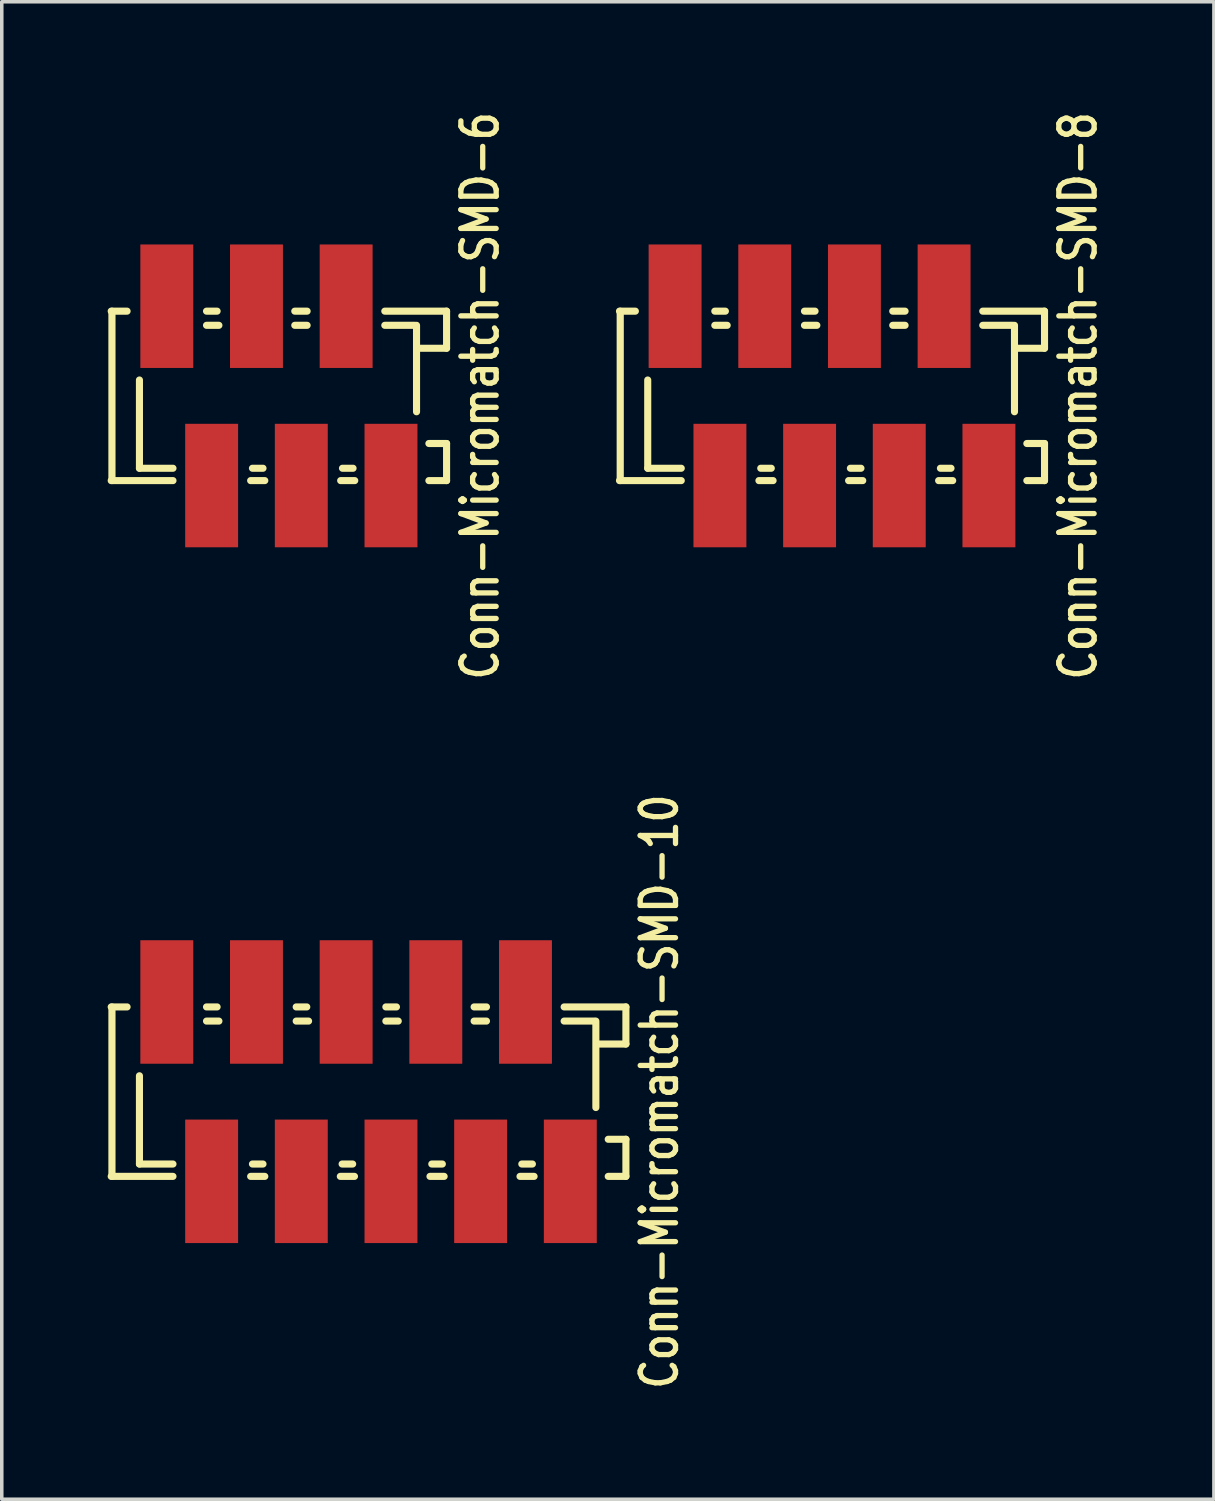
<source format=kicad_pcb>
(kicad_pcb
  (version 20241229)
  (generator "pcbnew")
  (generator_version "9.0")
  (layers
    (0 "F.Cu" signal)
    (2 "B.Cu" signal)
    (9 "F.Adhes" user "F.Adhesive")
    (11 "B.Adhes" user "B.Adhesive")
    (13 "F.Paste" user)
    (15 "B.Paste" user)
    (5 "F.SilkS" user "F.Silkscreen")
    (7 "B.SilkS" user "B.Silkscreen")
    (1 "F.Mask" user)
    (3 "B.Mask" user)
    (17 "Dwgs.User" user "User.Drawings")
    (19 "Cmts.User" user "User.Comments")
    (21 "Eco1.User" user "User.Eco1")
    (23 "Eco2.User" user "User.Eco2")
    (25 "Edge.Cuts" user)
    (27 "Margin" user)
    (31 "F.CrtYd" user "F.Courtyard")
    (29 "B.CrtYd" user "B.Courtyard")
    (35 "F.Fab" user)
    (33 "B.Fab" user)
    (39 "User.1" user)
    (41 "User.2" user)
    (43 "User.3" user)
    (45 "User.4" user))
  (footprint "Conn-Micromatch-SMD-6"
    (layer "F.Cu")
    (at 4.85 8.164)
    (property "Reference" "Conn-Micromatch-SMD-6" (at 5.7 0 90) (layer "F.SilkS") (effects (font (size 1 0.8) (thickness 0.15))))
    (attr smd)
    (fp_line (start -4.75 -2.4) (end -4.3 -2.4) (stroke (width 0.201) (type solid)) (layer "F.SilkS"))
    (fp_line (start -4.75 2.4) (end -3 2.4) (stroke (width 0.201) (type solid)) (layer "F.SilkS"))
    (fp_line (start -4.729 2.398) (end -4.729 -2.398) (stroke (width 0.203) (type solid)) (layer "F.SilkS"))
    (fp_line (start -3.95 2.05) (end -3.95 -0.45) (stroke (width 0.201) (type solid)) (layer "F.SilkS"))
    (fp_line (start -3 2.05) (end -3.95 2.05) (stroke (width 0.201) (type solid)) (layer "F.SilkS"))
    (fp_line (start -2.05 -2.4) (end -1.75 -2.4) (stroke (width 0.201) (type solid)) (layer "F.SilkS"))
    (fp_line (start -1.699 -1.999) (end -2.05 -1.999) (stroke (width 0.201) (type solid)) (layer "F.SilkS"))
    (fp_line (start -0.45 2.05) (end -0.749 2.05) (stroke (width 0.201) (type solid)) (layer "F.SilkS"))
    (fp_line (start -0.399 2.4) (end -0.8 2.4) (stroke (width 0.201) (type solid)) (layer "F.SilkS"))
    (fp_line (start 0.45 -2.4) (end 0.8 -2.4) (stroke (width 0.201) (type solid)) (layer "F.SilkS"))
    (fp_line (start 0.8 -1.999) (end 0.45 -1.999) (stroke (width 0.201) (type solid)) (layer "F.SilkS"))
    (fp_line (start 2.101 2.05) (end 1.801 2.05) (stroke (width 0.201) (type solid)) (layer "F.SilkS"))
    (fp_line (start 2.149 2.4) (end 1.75 2.4) (stroke (width 0.201) (type solid)) (layer "F.SilkS"))
    (fp_line (start 3 -2.4) (end 4.75 -2.4) (stroke (width 0.201) (type solid)) (layer "F.SilkS"))
    (fp_line (start 3.851 -1.999) (end 3 -1.999) (stroke (width 0.201) (type solid)) (layer "F.SilkS"))
    (fp_line (start 3.899 -1.999) (end 3.899 0.45) (stroke (width 0.201) (type solid)) (layer "F.SilkS"))
    (fp_line (start 4.75 -2.4) (end 4.75 -1.349) (stroke (width 0.201) (type solid)) (layer "F.SilkS"))
    (fp_line (start 4.75 -1.349) (end 3.95 -1.349) (stroke (width 0.201) (type solid)) (layer "F.SilkS"))
    (fp_line (start 4.75 1.349) (end 4.249 1.349) (stroke (width 0.201) (type solid)) (layer "F.SilkS"))
    (fp_line (start 4.75 2.4) (end 4.249 2.4) (stroke (width 0.201) (type solid)) (layer "F.SilkS"))
    (fp_line (start 4.75 2.4) (end 4.75 1.349) (stroke (width 0.201) (type solid)) (layer "F.SilkS"))
    (pad "1" smd rect (at 3.175 2.54 90) (size 3.498 1.499) (layers "F.Cu" "F.Mask" "F.Paste"))
    (pad "2" smd rect (at 1.905 -2.54 90) (size 3.498 1.499) (layers "F.Cu" "F.Mask" "F.Paste"))
    (pad "3" smd rect (at 0.635 2.54 90) (size 3.498 1.499) (layers "F.Cu" "F.Mask" "F.Paste"))
    (pad "4" smd rect (at -0.635 -2.54 90) (size 3.498 1.499) (layers "F.Cu" "F.Mask" "F.Paste"))
    (pad "5" smd rect (at -1.905 2.54 90) (size 3.498 1.499) (layers "F.Cu" "F.Mask" "F.Paste"))
    (pad "6" smd rect (at -3.175 -2.54 90) (size 3.498 1.499) (layers "F.Cu" "F.Mask" "F.Paste")))
  (footprint "Conn-Micromatch-SMD-8"
    (layer "F.Cu")
    (at 20.518 8.164)
    (property "Reference" "Conn-Micromatch-SMD-8" (at 6.97 0 90) (layer "F.SilkS") (effects (font (size 1 0.8) (thickness 0.15))))
    (attr smd)
    (fp_line (start -6.02 -2.4) (end -5.57 -2.4) (stroke (width 0.201) (type solid)) (layer "F.SilkS"))
    (fp_line (start -6.02 2.4) (end -4.27 2.4) (stroke (width 0.201) (type solid)) (layer "F.SilkS"))
    (fp_line (start -5.999 2.398) (end -5.999 -2.398) (stroke (width 0.203) (type solid)) (layer "F.SilkS"))
    (fp_line (start -5.22 2.05) (end -5.22 -0.45) (stroke (width 0.201) (type solid)) (layer "F.SilkS"))
    (fp_line (start -4.27 2.05) (end -5.22 2.05) (stroke (width 0.201) (type solid)) (layer "F.SilkS"))
    (fp_line (start -3.32 -2.4) (end -3.02 -2.4) (stroke (width 0.201) (type solid)) (layer "F.SilkS"))
    (fp_line (start -2.969 -1.999) (end -3.32 -1.999) (stroke (width 0.201) (type solid)) (layer "F.SilkS"))
    (fp_line (start -1.72 2.05) (end -2.019 2.05) (stroke (width 0.201) (type solid)) (layer "F.SilkS"))
    (fp_line (start -1.669 2.4) (end -2.07 2.4) (stroke (width 0.201) (type solid)) (layer "F.SilkS"))
    (fp_line (start -0.78 -2.4) (end -0.48 -2.4) (stroke (width 0.201) (type solid)) (layer "F.SilkS"))
    (fp_line (start -0.429 -1.999) (end -0.78 -1.999) (stroke (width 0.201) (type solid)) (layer "F.SilkS"))
    (fp_line (start 0.82 2.05) (end 0.521 2.05) (stroke (width 0.201) (type solid)) (layer "F.SilkS"))
    (fp_line (start 0.871 2.4) (end 0.47 2.4) (stroke (width 0.201) (type solid)) (layer "F.SilkS"))
    (fp_line (start 1.72 -2.4) (end 2.07 -2.4) (stroke (width 0.201) (type solid)) (layer "F.SilkS"))
    (fp_line (start 2.07 -1.999) (end 1.72 -1.999) (stroke (width 0.201) (type solid)) (layer "F.SilkS"))
    (fp_line (start 3.371 2.05) (end 3.071 2.05) (stroke (width 0.201) (type solid)) (layer "F.SilkS"))
    (fp_line (start 3.419 2.4) (end 3.02 2.4) (stroke (width 0.201) (type solid)) (layer "F.SilkS"))
    (fp_line (start 4.27 -2.4) (end 6.02 -2.4) (stroke (width 0.201) (type solid)) (layer "F.SilkS"))
    (fp_line (start 5.121 -1.999) (end 4.27 -1.999) (stroke (width 0.201) (type solid)) (layer "F.SilkS"))
    (fp_line (start 5.169 -1.999) (end 5.169 0.45) (stroke (width 0.201) (type solid)) (layer "F.SilkS"))
    (fp_line (start 6.02 -2.4) (end 6.02 -1.349) (stroke (width 0.201) (type solid)) (layer "F.SilkS"))
    (fp_line (start 6.02 -1.349) (end 5.22 -1.349) (stroke (width 0.201) (type solid)) (layer "F.SilkS"))
    (fp_line (start 6.02 1.349) (end 5.519 1.349) (stroke (width 0.201) (type solid)) (layer "F.SilkS"))
    (fp_line (start 6.02 2.4) (end 5.519 2.4) (stroke (width 0.201) (type solid)) (layer "F.SilkS"))
    (fp_line (start 6.02 2.4) (end 6.02 1.349) (stroke (width 0.201) (type solid)) (layer "F.SilkS"))
    (pad "1" smd rect (at 4.445 2.54 90) (size 3.498 1.499) (layers "F.Cu" "F.Mask" "F.Paste"))
    (pad "2" smd rect (at 3.175 -2.54 90) (size 3.498 1.499) (layers "F.Cu" "F.Mask" "F.Paste"))
    (pad "3" smd rect (at 1.905 2.54 90) (size 3.498 1.499) (layers "F.Cu" "F.Mask" "F.Paste"))
    (pad "4" smd rect (at 0.635 -2.54 90) (size 3.498 1.499) (layers "F.Cu" "F.Mask" "F.Paste"))
    (pad "5" smd rect (at -0.635 2.54 90) (size 3.498 1.499) (layers "F.Cu" "F.Mask" "F.Paste"))
    (pad "6" smd rect (at -1.905 -2.54 90) (size 3.498 1.499) (layers "F.Cu" "F.Mask" "F.Paste"))
    (pad "7" smd rect (at -3.175 2.54 90) (size 3.498 1.499) (layers "F.Cu" "F.Mask" "F.Paste"))
    (pad "8" smd rect (at -4.445 -2.54 90) (size 3.498 1.499) (layers "F.Cu" "F.Mask" "F.Paste")))
  (footprint "Conn-Micromatch-SMD-10"
    (layer "F.Cu")
    (at 7.39 27.873)
    (property "Reference" "Conn-Micromatch-SMD-10" (at 8.24 0 90) (layer "F.SilkS") (effects (font (size 1 0.8) (thickness 0.15))))
    (attr smd)
    (fp_line (start -7.29 -2.4) (end -6.84 -2.4) (stroke (width 0.201) (type solid)) (layer "F.SilkS"))
    (fp_line (start -7.29 2.4) (end -5.54 2.4) (stroke (width 0.201) (type solid)) (layer "F.SilkS"))
    (fp_line (start -7.269 2.398) (end -7.269 -2.398) (stroke (width 0.203) (type solid)) (layer "F.SilkS"))
    (fp_line (start -6.49 2.05) (end -6.49 -0.45) (stroke (width 0.201) (type solid)) (layer "F.SilkS"))
    (fp_line (start -5.54 2.05) (end -6.49 2.05) (stroke (width 0.201) (type solid)) (layer "F.SilkS"))
    (fp_line (start -4.59 -2.4) (end -4.29 -2.4) (stroke (width 0.201) (type solid)) (layer "F.SilkS"))
    (fp_line (start -4.239 -1.999) (end -4.59 -1.999) (stroke (width 0.201) (type solid)) (layer "F.SilkS"))
    (fp_line (start -2.99 2.05) (end -3.289 2.05) (stroke (width 0.201) (type solid)) (layer "F.SilkS"))
    (fp_line (start -2.939 2.4) (end -3.34 2.4) (stroke (width 0.201) (type solid)) (layer "F.SilkS"))
    (fp_line (start -2.05 -2.4) (end -1.75 -2.4) (stroke (width 0.201) (type solid)) (layer "F.SilkS"))
    (fp_line (start -1.699 -1.999) (end -2.05 -1.999) (stroke (width 0.201) (type solid)) (layer "F.SilkS"))
    (fp_line (start -0.45 2.05) (end -0.749 2.05) (stroke (width 0.201) (type solid)) (layer "F.SilkS"))
    (fp_line (start -0.399 2.4) (end -0.8 2.4) (stroke (width 0.201) (type solid)) (layer "F.SilkS"))
    (fp_line (start 0.49 -2.4) (end 0.79 -2.4) (stroke (width 0.201) (type solid)) (layer "F.SilkS"))
    (fp_line (start 0.841 -1.999) (end 0.49 -1.999) (stroke (width 0.201) (type solid)) (layer "F.SilkS"))
    (fp_line (start 2.09 2.05) (end 1.791 2.05) (stroke (width 0.201) (type solid)) (layer "F.SilkS"))
    (fp_line (start 2.141 2.4) (end 1.74 2.4) (stroke (width 0.201) (type solid)) (layer "F.SilkS"))
    (fp_line (start 2.99 -2.4) (end 3.34 -2.4) (stroke (width 0.201) (type solid)) (layer "F.SilkS"))
    (fp_line (start 3.34 -1.999) (end 2.99 -1.999) (stroke (width 0.201) (type solid)) (layer "F.SilkS"))
    (fp_line (start 4.641 2.05) (end 4.341 2.05) (stroke (width 0.201) (type solid)) (layer "F.SilkS"))
    (fp_line (start 4.689 2.4) (end 4.29 2.4) (stroke (width 0.201) (type solid)) (layer "F.SilkS"))
    (fp_line (start 5.54 -2.4) (end 7.29 -2.4) (stroke (width 0.201) (type solid)) (layer "F.SilkS"))
    (fp_line (start 6.391 -1.999) (end 5.54 -1.999) (stroke (width 0.201) (type solid)) (layer "F.SilkS"))
    (fp_line (start 6.439 -1.999) (end 6.439 0.45) (stroke (width 0.201) (type solid)) (layer "F.SilkS"))
    (fp_line (start 7.29 -2.4) (end 7.29 -1.349) (stroke (width 0.201) (type solid)) (layer "F.SilkS"))
    (fp_line (start 7.29 -1.349) (end 6.49 -1.349) (stroke (width 0.201) (type solid)) (layer "F.SilkS"))
    (fp_line (start 7.29 1.349) (end 6.789 1.349) (stroke (width 0.201) (type solid)) (layer "F.SilkS"))
    (fp_line (start 7.29 2.4) (end 6.789 2.4) (stroke (width 0.201) (type solid)) (layer "F.SilkS"))
    (fp_line (start 7.29 2.4) (end 7.29 1.349) (stroke (width 0.201) (type solid)) (layer "F.SilkS"))
    (pad "1" smd rect (at 5.715 2.54 90) (size 3.498 1.499) (layers "F.Cu" "F.Mask" "F.Paste"))
    (pad "2" smd rect (at 4.445 -2.54 90) (size 3.498 1.499) (layers "F.Cu" "F.Mask" "F.Paste"))
    (pad "3" smd rect (at 3.175 2.54 90) (size 3.498 1.499) (layers "F.Cu" "F.Mask" "F.Paste"))
    (pad "4" smd rect (at 1.905 -2.54 90) (size 3.498 1.499) (layers "F.Cu" "F.Mask" "F.Paste"))
    (pad "5" smd rect (at 0.635 2.54 90) (size 3.498 1.499) (layers "F.Cu" "F.Mask" "F.Paste"))
    (pad "6" smd rect (at -0.635 -2.54 90) (size 3.498 1.499) (layers "F.Cu" "F.Mask" "F.Paste"))
    (pad "7" smd rect (at -1.905 2.54 90) (size 3.498 1.499) (layers "F.Cu" "F.Mask" "F.Paste"))
    (pad "8" smd rect (at -3.175 -2.54 90) (size 3.498 1.499) (layers "F.Cu" "F.Mask" "F.Paste"))
    (pad "9" smd rect (at -4.445 2.54 90) (size 3.498 1.499) (layers "F.Cu" "F.Mask" "F.Paste"))
    (pad "10" smd rect (at -5.715 -2.54 90) (size 3.498 1.499) (layers "F.Cu" "F.Mask" "F.Paste")))
  (gr_rect
    (start -3 -3)
    (end 31.336 39.418)
    (stroke (width 0.1) (type default))
    (fill no)
    (layer "Edge.Cuts")))
</source>
